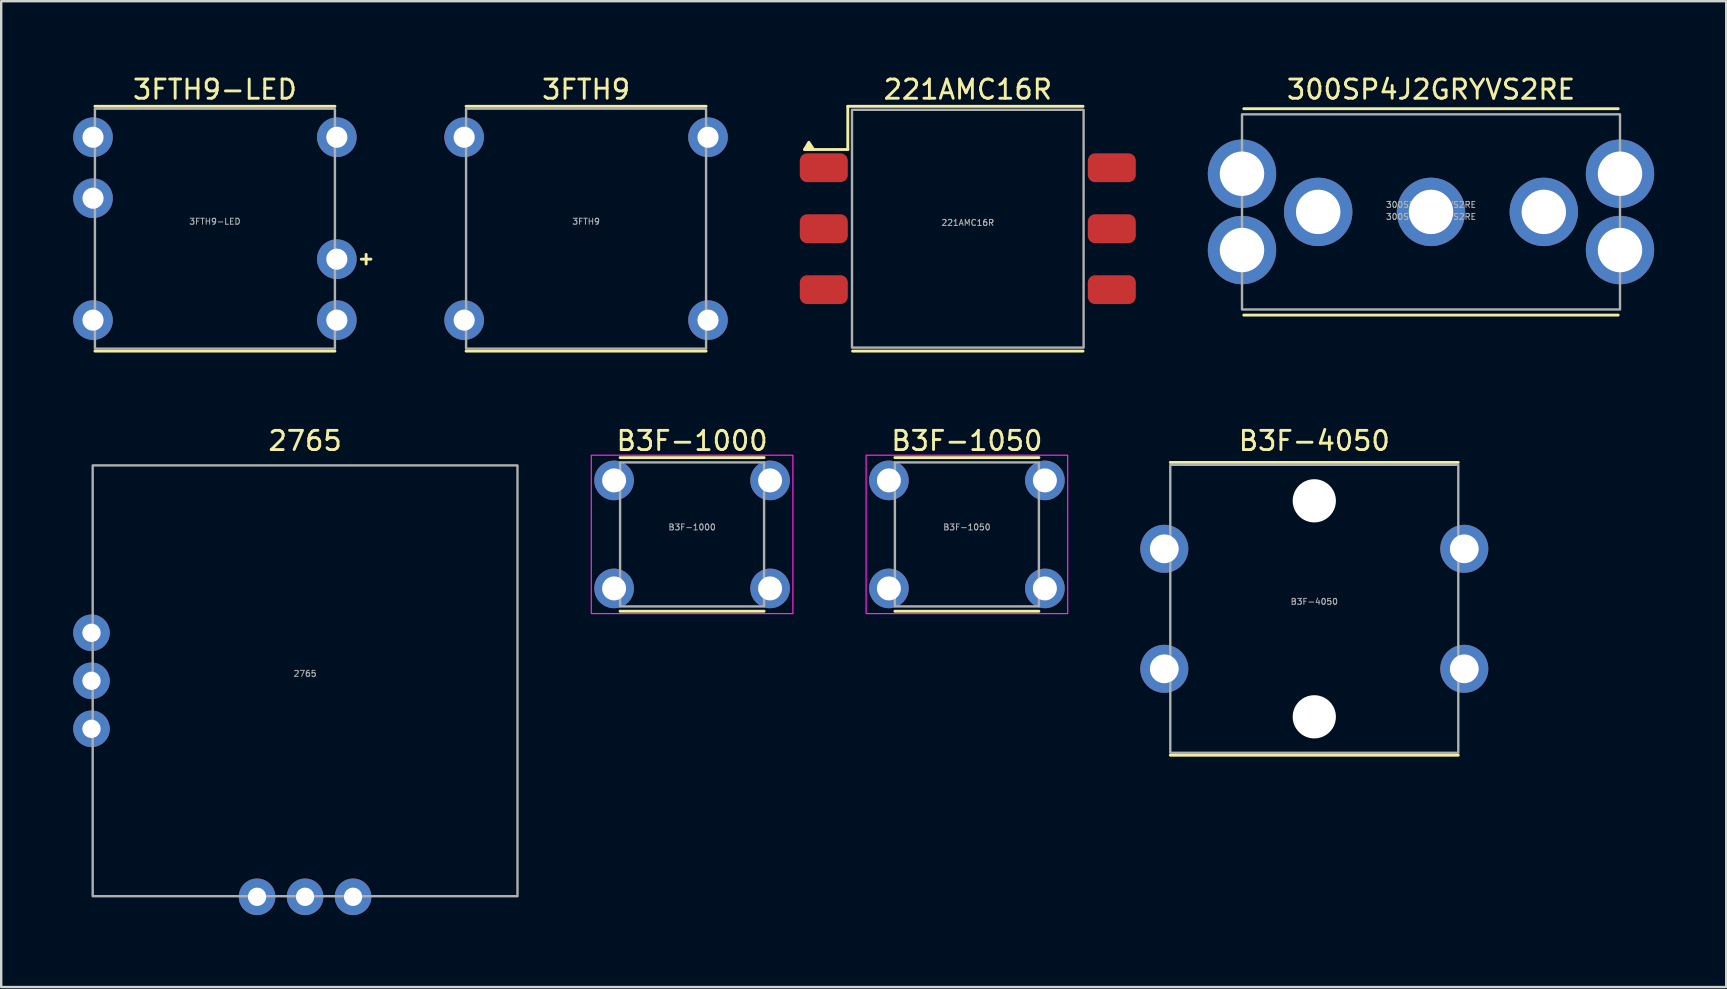
<source format=kicad_pcb>
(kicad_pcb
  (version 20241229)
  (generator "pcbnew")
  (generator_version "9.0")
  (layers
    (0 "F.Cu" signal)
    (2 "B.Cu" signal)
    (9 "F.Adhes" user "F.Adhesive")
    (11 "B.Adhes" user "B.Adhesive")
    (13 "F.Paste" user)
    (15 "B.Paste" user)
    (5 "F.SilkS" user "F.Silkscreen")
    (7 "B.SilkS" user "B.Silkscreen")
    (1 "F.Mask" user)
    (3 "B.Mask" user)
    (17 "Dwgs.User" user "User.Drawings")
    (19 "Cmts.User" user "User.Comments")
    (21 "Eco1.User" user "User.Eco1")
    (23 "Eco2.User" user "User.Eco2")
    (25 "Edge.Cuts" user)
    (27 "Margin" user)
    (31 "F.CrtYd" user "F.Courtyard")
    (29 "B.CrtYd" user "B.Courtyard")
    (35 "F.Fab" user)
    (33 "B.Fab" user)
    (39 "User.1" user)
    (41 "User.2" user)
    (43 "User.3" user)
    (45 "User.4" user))
  (footprint "3FTH9-LED"
    (layer "F.Cu")
    (at 5.905 6.479)
    (property "Reference" "3FTH9-LED" (at 0 -5.8 0) (unlocked yes) (layer "F.SilkS") (effects (font (size 0.8 0.8) (thickness 0.12))))
    (attr through_hole)
    (fp_line (start -5 -5.1) (end 5 -5.1) (stroke (width 0.12) (type default)) (layer "F.SilkS"))
    (fp_line (start 5 5.1) (end -5 5.1) (stroke (width 0.12) (type default)) (layer "F.SilkS"))
    (fp_line (start 6.3 1.07) (end 6.3 1.47) (stroke (width 0.12) (type default)) (layer "F.SilkS"))
    (fp_line (start 6.5 1.27) (end 6.1 1.27) (stroke (width 0.12) (type default)) (layer "F.SilkS"))
    (fp_rect (start -5 -5) (end 5 5) (stroke (width 0.1) (type default)) (fill no) (layer "F.Fab"))
    (fp_text user "${REFERENCE}" (at 0 -0.3 0) (unlocked yes) (layer "F.Fab") (effects (font (size 0.25 0.25) (thickness 0.04))))
    (pad "1" thru_hole circle (at -5.08 -3.81) (size 1.65 1.65) (drill 0.88) (layers "*.Cu" "*.Mask"))
    (pad "1" thru_hole circle (at 5.08 -3.81) (size 1.65 1.65) (drill 0.88) (layers "*.Cu" "*.Mask"))
    (pad "2" thru_hole circle (at -5.08 3.81) (size 1.65 1.65) (drill 0.88) (layers "*.Cu" "*.Mask"))
    (pad "2" thru_hole circle (at 5.08 3.81) (size 1.65 1.65) (drill 0.88) (layers "*.Cu" "*.Mask"))
    (pad "3" thru_hole circle (at 5.08 1.27) (size 1.65 1.65) (drill 0.88) (layers "*.Cu" "*.Mask"))
    (pad "4" thru_hole circle (at -5.08 -1.27) (size 1.65 1.65) (drill 0.88) (layers "*.Cu" "*.Mask")))
  (footprint "2765"
    (layer "F.Cu")
    (at 9.662 25.317)
    (property "Reference" "2765" (at 0 -10 0) (unlocked yes) (layer "F.SilkS") (effects (font (size 0.8 0.8) (thickness 0.12))))
    (attr through_hole)
    (fp_rect (start -8.85 -8.975) (end 8.85 8.975) (stroke (width 0.1) (type default)) (fill no) (layer "F.Fab"))
    (fp_text user "${REFERENCE}" (at 0 -0.3 0) (unlocked yes) (layer "F.Fab") (effects (font (size 0.25 0.25) (thickness 0.04))))
    (pad "1" thru_hole circle (at -8.9 -2) (size 1.524 1.524) (drill 0.762) (layers "*.Cu" "*.Mask"))
    (pad "2" thru_hole circle (at -8.9 0) (size 1.524 1.524) (drill 0.762) (layers "*.Cu" "*.Mask"))
    (pad "3" thru_hole circle (at -8.9 2) (size 1.524 1.524) (drill 0.762) (layers "*.Cu" "*.Mask"))
    (pad "4" thru_hole circle (at -2 9) (size 1.524 1.524) (drill 0.762) (layers "*.Cu" "*.Mask"))
    (pad "5" thru_hole circle (at 0 9) (size 1.524 1.524) (drill 0.762) (layers "*.Cu" "*.Mask"))
    (pad "6" thru_hole circle (at 2 9) (size 1.524 1.524) (drill 0.762) (layers "*.Cu" "*.Mask")))
  (footprint "B3F-1050"
    (layer "F.Cu")
    (at 37.237 19.217)
    (property "Reference" "B3F-1050" (at 0 -3.9 0) (unlocked yes) (layer "F.SilkS") (effects (font (size 0.8 0.8) (thickness 0.12))))
    (attr through_hole)
    (fp_line (start -3 -3.2) (end 3 -3.2) (stroke (width 0.12) (type default)) (layer "F.SilkS"))
    (fp_line (start -3 3.2) (end 3 3.2) (stroke (width 0.12) (type default)) (layer "F.SilkS"))
    (fp_rect (start -4.2 -3.3) (end 4.2 3.3) (stroke (width 0.05) (type default)) (fill no) (layer "F.CrtYd"))
    (fp_rect (start -3 -3) (end 3 3) (stroke (width 0.1) (type default)) (fill no) (layer "F.Fab"))
    (fp_text user "${REFERENCE}" (at 0 -0.3 0) (unlocked yes) (layer "F.Fab") (effects (font (size 0.25 0.25) (thickness 0.04))))
    (pad "1" thru_hole circle (at -3.25 -2.25) (size 1.65 1.65) (drill 1) (layers "*.Cu" "*.Mask"))
    (pad "1" thru_hole circle (at 3.25 -2.25) (size 1.65 1.65) (drill 1) (layers "*.Cu" "*.Mask"))
    (pad "2" thru_hole circle (at -3.25 2.25) (size 1.65 1.65) (drill 1) (layers "*.Cu" "*.Mask"))
    (pad "2" thru_hole circle (at 3.25 2.25) (size 1.65 1.65) (drill 1) (layers "*.Cu" "*.Mask")))
  (footprint "3FTH9"
    (layer "F.Cu")
    (at 21.37 6.479)
    (property "Reference" "3FTH9" (at 0 -5.8 0) (unlocked yes) (layer "F.SilkS") (effects (font (size 0.8 0.8) (thickness 0.12))))
    (attr through_hole)
    (fp_line (start -5 -5.1) (end 5 -5.1) (stroke (width 0.12) (type default)) (layer "F.SilkS"))
    (fp_line (start 5 5.1) (end -5 5.1) (stroke (width 0.12) (type default)) (layer "F.SilkS"))
    (fp_rect (start -5 -5) (end 5 5) (stroke (width 0.1) (type default)) (fill no) (layer "F.Fab"))
    (fp_text user "${REFERENCE}" (at 0 -0.3 0) (unlocked yes) (layer "F.Fab") (effects (font (size 0.25 0.25) (thickness 0.04))))
    (pad "1" thru_hole circle (at -5.08 -3.81) (size 1.65 1.65) (drill 0.88) (layers "*.Cu" "*.Mask"))
    (pad "1" thru_hole circle (at 5.08 -3.81) (size 1.65 1.65) (drill 0.88) (layers "*.Cu" "*.Mask"))
    (pad "2" thru_hole circle (at -5.08 3.81) (size 1.65 1.65) (drill 0.88) (layers "*.Cu" "*.Mask"))
    (pad "2" thru_hole circle (at 5.08 3.81) (size 1.65 1.65) (drill 0.88) (layers "*.Cu" "*.Mask")))
  (footprint "B3F-4050"
    (layer "F.Cu")
    (at 51.712 22.317)
    (property "Reference" "B3F-4050" (at 0 -7 0) (unlocked yes) (layer "F.SilkS") (effects (font (size 0.8 0.8) (thickness 0.12))))
    (attr through_hole)
    (fp_line (start -6 -6.1) (end 6 -6.1) (stroke (width 0.12) (type default)) (layer "F.SilkS"))
    (fp_line (start -6 6.1) (end 6 6.1) (stroke (width 0.12) (type default)) (layer "F.SilkS"))
    (fp_rect (start -6 -6) (end 6 6) (stroke (width 0.1) (type default)) (fill no) (layer "F.Fab"))
    (fp_text user "${REFERENCE}" (at 0 -0.3 0) (unlocked yes) (layer "F.Fab") (effects (font (size 0.25 0.25) (thickness 0.04))))
    (pad "" np_thru_hole circle (at 0 -4.5) (size 1.8 1.8) (drill 1.8) (layers "*.Cu" "*.Mask"))
    (pad "" np_thru_hole circle (at 0 4.5) (size 1.8 1.8) (drill 1.8) (layers "*.Cu" "*.Mask"))
    (pad "1" thru_hole circle (at -6.25 -2.5) (size 2 2) (drill 1.2) (layers "*.Cu" "*.Mask"))
    (pad "1" thru_hole circle (at 6.25 -2.5) (size 2 2) (drill 1.2) (layers "*.Cu" "*.Mask"))
    (pad "2" thru_hole circle (at -6.25 2.5) (size 2 2) (drill 1.2) (layers "*.Cu" "*.Mask"))
    (pad "2" thru_hole circle (at 6.25 2.5) (size 2 2) (drill 1.2) (layers "*.Cu" "*.Mask")))
  (footprint "B3F-1000"
    (layer "F.Cu")
    (at 25.787 19.217)
    (property "Reference" "B3F-1000" (at 0 -3.9 0) (unlocked yes) (layer "F.SilkS") (effects (font (size 0.8 0.8) (thickness 0.12))))
    (attr through_hole)
    (fp_line (start -3 -3.2) (end 3 -3.2) (stroke (width 0.12) (type default)) (layer "F.SilkS"))
    (fp_line (start -3 3.2) (end 3 3.2) (stroke (width 0.12) (type default)) (layer "F.SilkS"))
    (fp_rect (start -4.2 -3.3) (end 4.2 3.3) (stroke (width 0.05) (type default)) (fill no) (layer "F.CrtYd"))
    (fp_rect (start -3 -3) (end 3 3) (stroke (width 0.1) (type default)) (fill no) (layer "F.Fab"))
    (fp_text user "${REFERENCE}" (at 0 -0.3 0) (unlocked yes) (layer "F.Fab") (effects (font (size 0.25 0.25) (thickness 0.04))))
    (pad "1" thru_hole circle (at -3.25 -2.25) (size 1.65 1.65) (drill 1) (layers "*.Cu" "*.Mask"))
    (pad "1" thru_hole circle (at 3.25 -2.25) (size 1.65 1.65) (drill 1) (layers "*.Cu" "*.Mask"))
    (pad "2" thru_hole circle (at -3.25 2.25) (size 1.65 1.65) (drill 1) (layers "*.Cu" "*.Mask"))
    (pad "2" thru_hole circle (at 3.25 2.25) (size 1.65 1.65) (drill 1) (layers "*.Cu" "*.Mask")))
  (footprint "221AMC16R"
    (layer "F.Cu")
    (at 37.275 6.479)
    (property "Reference" "221AMC16R" (at 0 -5.8 0) (unlocked yes) (layer "F.SilkS") (effects (font (size 0.8 0.8) (thickness 0.12))))
    (attr smd)
    (fp_line (start -6.8 -3.3) (end -5 -3.3) (stroke (width 0.12) (type default)) (layer "F.SilkS"))
    (fp_line (start -5 -5.1) (end -5 -3.3) (stroke (width 0.12) (type default)) (layer "F.SilkS"))
    (fp_line (start -5 -5.1) (end 4.8 -5.1) (stroke (width 0.12) (type default)) (layer "F.SilkS"))
    (fp_line (start -4.8 5.1) (end 4.8 5.1) (stroke (width 0.12) (type default)) (layer "F.SilkS"))
    (fp_poly (pts (xy -6.8 -3.3) (xy -6.625 -3.6) (xy -6.425 -3.3)) (stroke (width 0.12) (type solid)) (fill yes) (layer "F.SilkS"))
    (fp_rect (start -4.825 4.955) (end 4.825 -4.955) (stroke (width 0.1) (type default)) (fill no) (layer "F.Fab"))
    (fp_text user "${REFERENCE}" (at 0 -0.25 0) (unlocked yes) (layer "F.Fab") (effects (font (size 0.25 0.25) (thickness 0.04))))
    (pad "1" smd roundrect (at -6 -2.54) (size 2 1.2) (layers "F.Cu" "F.Mask" "F.Paste") (roundrect_rratio 0.25))
    (pad "2" smd roundrect (at 6 2.54) (size 2 1.2) (layers "F.Cu" "F.Mask" "F.Paste") (roundrect_rratio 0.25))
    (pad "4" smd roundrect (at -6 2.54) (size 2 1.2) (layers "F.Cu" "F.Mask" "F.Paste") (roundrect_rratio 0.25))
    (pad "8" smd roundrect (at 6 -2.54) (size 2 1.2) (layers "F.Cu" "F.Mask" "F.Paste") (roundrect_rratio 0.25))
    (pad "C" smd roundrect (at -6 0) (size 2 1.2) (layers "F.Cu" "F.Mask" "F.Paste") (roundrect_rratio 0.25))
    (pad "C" smd roundrect (at 6 0) (size 2 1.2) (layers "F.Cu" "F.Mask" "F.Paste") (roundrect_rratio 0.25)))
  (footprint "300SP4J2GRYVS2RE"
    (layer "F.Cu")
    (at 56.575 5.779)
    (property "Reference" "300SP4J2GRYVS2RE" (at 0 -5.1 0) (unlocked yes) (layer "F.SilkS") (effects (font (size 0.8 0.8) (thickness 0.12))))
    (attr through_hole)
    (fp_line (start -7.8 -4.3) (end 7.8 -4.3) (stroke (width 0.12) (type default)) (layer "F.SilkS"))
    (fp_line (start 7.8 4.3) (end -7.8 4.3) (stroke (width 0.12) (type default)) (layer "F.SilkS"))
    (fp_rect (start -7.875 -4.065) (end 7.875 4.065) (stroke (width 0.1) (type default)) (fill no) (layer "F.Fab"))
    (fp_text user "300SP4J2GRYVS2RE" (at 0 0.2 0) (unlocked yes) (layer "F.Fab") (effects (font (size 0.25 0.25) (thickness 0.04))))
    (fp_text user "${REFERENCE}" (at 0 -0.3 0) (unlocked yes) (layer "F.Fab") (effects (font (size 0.25 0.25) (thickness 0.04))))
    (pad "1" thru_hole circle (at -4.7 0) (size 2.85 2.85) (drill 1.85) (layers "*.Cu" "*.Mask"))
    (pad "2" thru_hole circle (at 0 0) (size 2.85 2.85) (drill 1.85) (layers "*.Cu" "*.Mask"))
    (pad "3" thru_hole circle (at 4.7 0) (size 2.85 2.85) (drill 1.85) (layers "*.Cu" "*.Mask"))
    (pad "MP" thru_hole circle (at -7.875 -1.59) (size 2.85 2.85) (drill 1.85) (layers "*.Cu" "*.Mask"))
    (pad "MP" thru_hole circle (at -7.875 1.59) (size 2.85 2.85) (drill 1.85) (layers "*.Cu" "*.Mask"))
    (pad "MP" thru_hole circle (at 7.875 -1.59) (size 2.85 2.85) (drill 1.85) (layers "*.Cu" "*.Mask"))
    (pad "MP" thru_hole circle (at 7.875 1.59) (size 2.85 2.85) (drill 1.85) (layers "*.Cu" "*.Mask")))
  (gr_rect
    (start -3 -3)
    (end 68.875 38.079)
    (stroke (width 0.1) (type default))
    (fill no)
    (layer "Edge.Cuts")))
</source>
